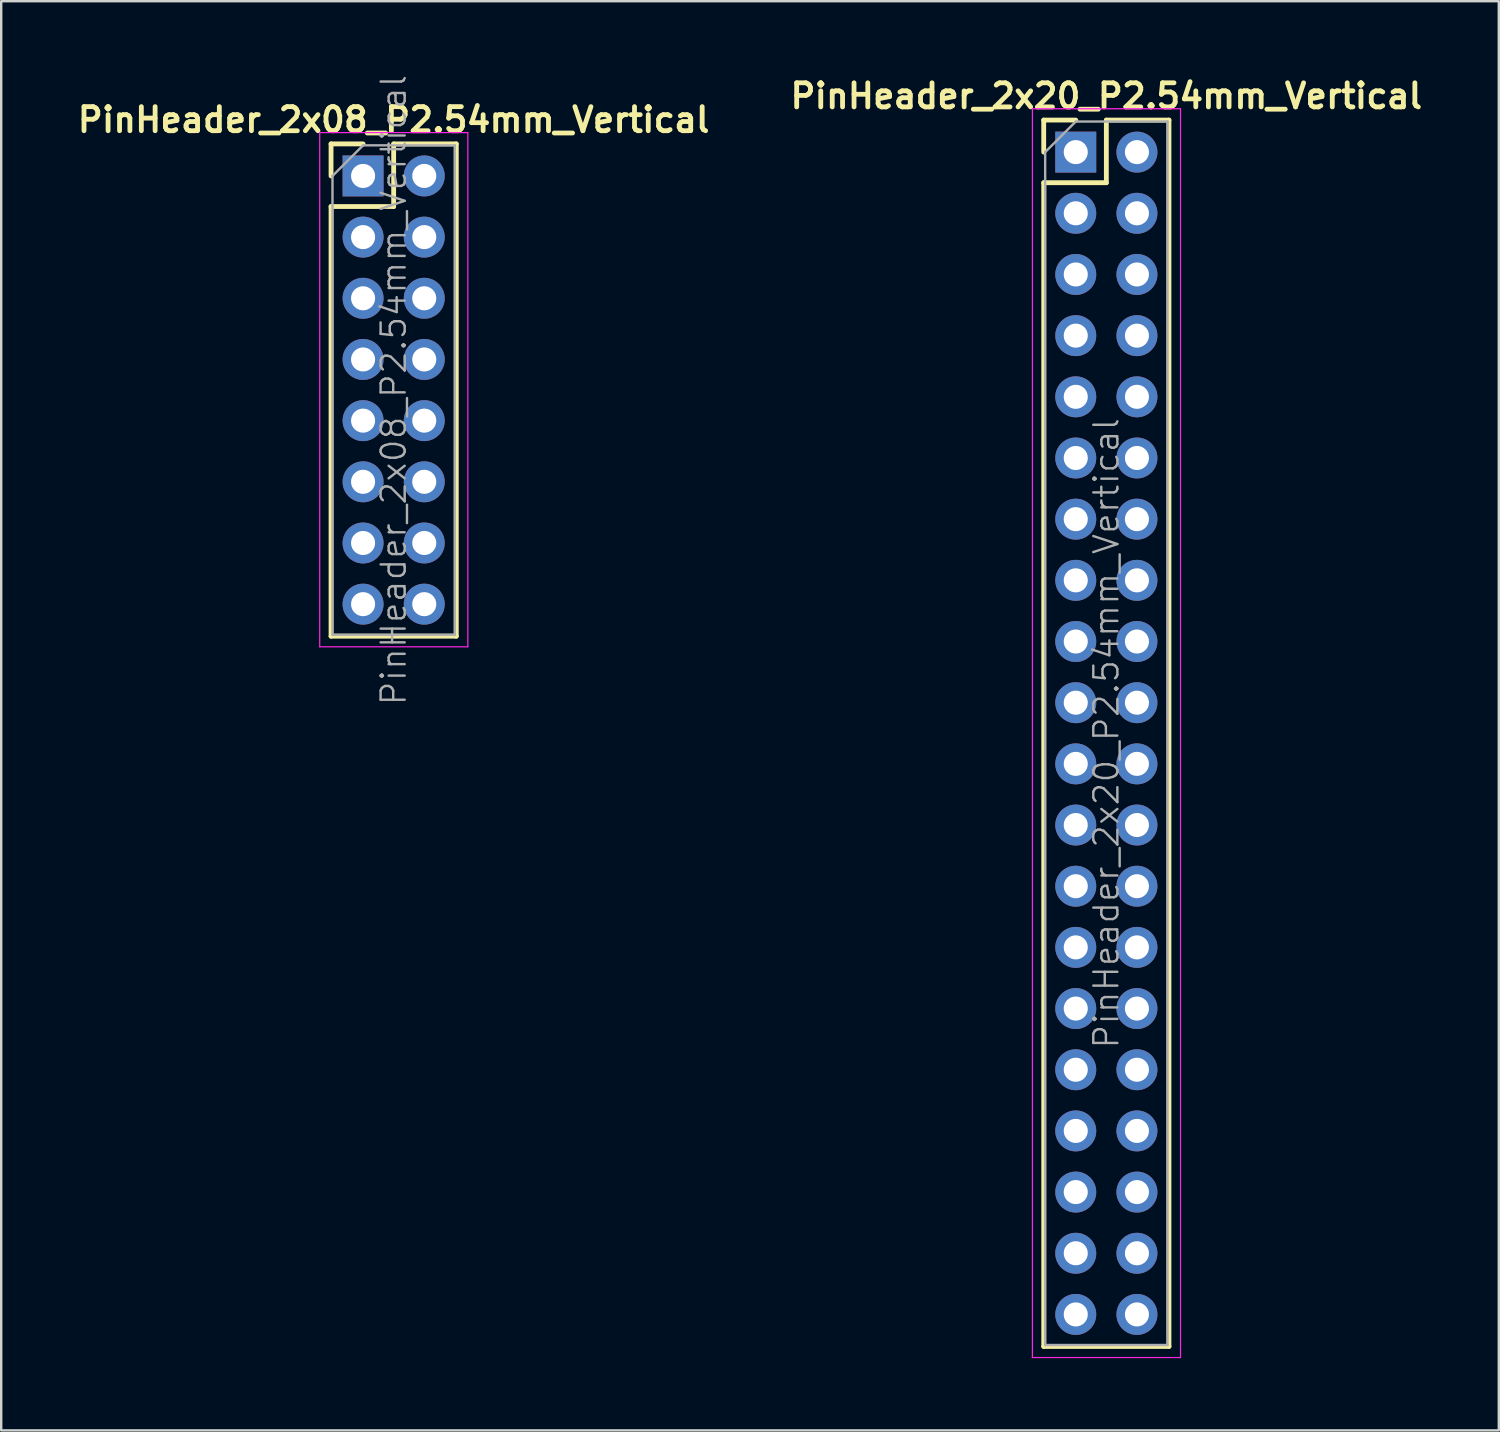
<source format=kicad_pcb>
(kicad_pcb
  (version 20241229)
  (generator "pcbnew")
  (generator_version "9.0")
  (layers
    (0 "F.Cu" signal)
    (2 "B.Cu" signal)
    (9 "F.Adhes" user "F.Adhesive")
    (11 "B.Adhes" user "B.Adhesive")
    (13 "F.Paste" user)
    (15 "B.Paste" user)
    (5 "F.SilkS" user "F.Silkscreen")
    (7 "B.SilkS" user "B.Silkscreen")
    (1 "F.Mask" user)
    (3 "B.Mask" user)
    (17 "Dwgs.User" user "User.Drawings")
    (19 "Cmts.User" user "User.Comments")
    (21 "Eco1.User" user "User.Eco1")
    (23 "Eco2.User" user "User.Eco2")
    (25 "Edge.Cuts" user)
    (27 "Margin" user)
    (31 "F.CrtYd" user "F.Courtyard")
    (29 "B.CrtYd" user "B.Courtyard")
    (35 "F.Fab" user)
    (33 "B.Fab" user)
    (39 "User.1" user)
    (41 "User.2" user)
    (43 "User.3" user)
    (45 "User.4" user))
  (footprint "PinHeader_2x08_P2.54mm_Vertical"
    (layer "F.Cu")
    (at 12.025 4.255)
    (property "Reference" "PinHeader_2x08_P2.54mm_Vertical" (at 1.27 -2.33 0) (layer "F.SilkS") (effects (font (size 1 1) (thickness 0.2))))
    (attr through_hole)
    (fp_line (start -1.33 -1.33) (end 0 -1.33) (stroke (width 0.2) (type solid)) (layer "F.SilkS"))
    (fp_line (start -1.33 0) (end -1.33 -1.33) (stroke (width 0.2) (type solid)) (layer "F.SilkS"))
    (fp_line (start -1.33 1.27) (end -1.33 19.11) (stroke (width 0.2) (type solid)) (layer "F.SilkS"))
    (fp_line (start -1.33 1.27) (end 1.27 1.27) (stroke (width 0.2) (type solid)) (layer "F.SilkS"))
    (fp_line (start -1.33 19.11) (end 3.87 19.11) (stroke (width 0.2) (type solid)) (layer "F.SilkS"))
    (fp_line (start 1.27 -1.33) (end 3.87 -1.33) (stroke (width 0.2) (type solid)) (layer "F.SilkS"))
    (fp_line (start 1.27 1.27) (end 1.27 -1.33) (stroke (width 0.2) (type solid)) (layer "F.SilkS"))
    (fp_line (start 3.87 -1.33) (end 3.87 19.11) (stroke (width 0.2) (type solid)) (layer "F.SilkS"))
    (fp_line (start -1.8 -1.8) (end -1.8 19.55) (stroke (width 0.05) (type solid)) (layer "F.CrtYd"))
    (fp_line (start -1.8 19.55) (end 4.35 19.55) (stroke (width 0.05) (type solid)) (layer "F.CrtYd"))
    (fp_line (start 4.35 -1.8) (end -1.8 -1.8) (stroke (width 0.05) (type solid)) (layer "F.CrtYd"))
    (fp_line (start 4.35 19.55) (end 4.35 -1.8) (stroke (width 0.05) (type solid)) (layer "F.CrtYd"))
    (fp_line (start -1.27 0) (end 0 -1.27) (stroke (width 0.1) (type solid)) (layer "F.Fab"))
    (fp_line (start -1.27 19.05) (end -1.27 0) (stroke (width 0.1) (type solid)) (layer "F.Fab"))
    (fp_line (start 0 -1.27) (end 3.81 -1.27) (stroke (width 0.1) (type solid)) (layer "F.Fab"))
    (fp_line (start 3.81 -1.27) (end 3.81 19.05) (stroke (width 0.1) (type solid)) (layer "F.Fab"))
    (fp_line (start 3.81 19.05) (end -1.27 19.05) (stroke (width 0.1) (type solid)) (layer "F.Fab"))
    (fp_text user "${REFERENCE}" (at 1.27 8.89 90) (layer "F.Fab") (effects (font (size 1 1) (thickness 0.1))))
    (pad "1" thru_hole rect (at 0 0) (size 1.7 1.7) (drill 1) (layers "*.Cu" "*.Mask"))
    (pad "2" thru_hole oval (at 2.54 0) (size 1.7 1.7) (drill 1) (layers "*.Cu" "*.Mask"))
    (pad "3" thru_hole oval (at 0 2.54) (size 1.7 1.7) (drill 1) (layers "*.Cu" "*.Mask"))
    (pad "4" thru_hole oval (at 2.54 2.54) (size 1.7 1.7) (drill 1) (layers "*.Cu" "*.Mask"))
    (pad "5" thru_hole oval (at 0 5.08) (size 1.7 1.7) (drill 1) (layers "*.Cu" "*.Mask"))
    (pad "6" thru_hole oval (at 2.54 5.08) (size 1.7 1.7) (drill 1) (layers "*.Cu" "*.Mask"))
    (pad "7" thru_hole oval (at 0 7.62) (size 1.7 1.7) (drill 1) (layers "*.Cu" "*.Mask"))
    (pad "8" thru_hole oval (at 2.54 7.62) (size 1.7 1.7) (drill 1) (layers "*.Cu" "*.Mask"))
    (pad "9" thru_hole oval (at 0 10.16) (size 1.7 1.7) (drill 1) (layers "*.Cu" "*.Mask"))
    (pad "10" thru_hole oval (at 2.54 10.16) (size 1.7 1.7) (drill 1) (layers "*.Cu" "*.Mask"))
    (pad "11" thru_hole oval (at 0 12.7) (size 1.7 1.7) (drill 1) (layers "*.Cu" "*.Mask"))
    (pad "12" thru_hole oval (at 2.54 12.7) (size 1.7 1.7) (drill 1) (layers "*.Cu" "*.Mask"))
    (pad "13" thru_hole oval (at 0 15.24) (size 1.7 1.7) (drill 1) (layers "*.Cu" "*.Mask"))
    (pad "14" thru_hole oval (at 2.54 15.24) (size 1.7 1.7) (drill 1) (layers "*.Cu" "*.Mask"))
    (pad "15" thru_hole oval (at 0 17.78) (size 1.7 1.7) (drill 1) (layers "*.Cu" "*.Mask"))
    (pad "16" thru_hole oval (at 2.54 17.78) (size 1.7 1.7) (drill 1) (layers "*.Cu" "*.Mask")))
  (footprint "PinHeader_2x20_P2.54mm_Vertical"
    (layer "F.Cu")
    (at 41.616 3.266)
    (property "Reference" "PinHeader_2x20_P2.54mm_Vertical" (at 1.27 -2.33 0) (layer "F.SilkS") (effects (font (size 1 1) (thickness 0.2))))
    (attr through_hole)
    (fp_line (start -1.33 -1.33) (end 0 -1.33) (stroke (width 0.2) (type solid)) (layer "F.SilkS"))
    (fp_line (start -1.33 0) (end -1.33 -1.33) (stroke (width 0.2) (type solid)) (layer "F.SilkS"))
    (fp_line (start -1.33 1.27) (end -1.33 49.59) (stroke (width 0.2) (type solid)) (layer "F.SilkS"))
    (fp_line (start -1.33 1.27) (end 1.27 1.27) (stroke (width 0.2) (type solid)) (layer "F.SilkS"))
    (fp_line (start -1.33 49.59) (end 3.87 49.59) (stroke (width 0.2) (type solid)) (layer "F.SilkS"))
    (fp_line (start 1.27 -1.33) (end 3.87 -1.33) (stroke (width 0.2) (type solid)) (layer "F.SilkS"))
    (fp_line (start 1.27 1.27) (end 1.27 -1.33) (stroke (width 0.2) (type solid)) (layer "F.SilkS"))
    (fp_line (start 3.87 -1.33) (end 3.87 49.59) (stroke (width 0.2) (type solid)) (layer "F.SilkS"))
    (fp_line (start -1.8 -1.8) (end -1.8 50.05) (stroke (width 0.05) (type solid)) (layer "F.CrtYd"))
    (fp_line (start -1.8 50.05) (end 4.35 50.05) (stroke (width 0.05) (type solid)) (layer "F.CrtYd"))
    (fp_line (start 4.35 -1.8) (end -1.8 -1.8) (stroke (width 0.05) (type solid)) (layer "F.CrtYd"))
    (fp_line (start 4.35 50.05) (end 4.35 -1.8) (stroke (width 0.05) (type solid)) (layer "F.CrtYd"))
    (fp_line (start -1.27 0) (end 0 -1.27) (stroke (width 0.1) (type solid)) (layer "F.Fab"))
    (fp_line (start -1.27 49.53) (end -1.27 0) (stroke (width 0.1) (type solid)) (layer "F.Fab"))
    (fp_line (start 0 -1.27) (end 3.81 -1.27) (stroke (width 0.1) (type solid)) (layer "F.Fab"))
    (fp_line (start 3.81 -1.27) (end 3.81 49.53) (stroke (width 0.1) (type solid)) (layer "F.Fab"))
    (fp_line (start 3.81 49.53) (end -1.27 49.53) (stroke (width 0.1) (type solid)) (layer "F.Fab"))
    (fp_text user "${REFERENCE}" (at 1.27 24.13 90) (layer "F.Fab") (effects (font (size 1 1) (thickness 0.1))))
    (pad "1" thru_hole rect (at 0 0) (size 1.7 1.7) (drill 1) (layers "*.Cu" "*.Mask"))
    (pad "2" thru_hole oval (at 2.54 0) (size 1.7 1.7) (drill 1) (layers "*.Cu" "*.Mask"))
    (pad "3" thru_hole oval (at 0 2.54) (size 1.7 1.7) (drill 1) (layers "*.Cu" "*.Mask"))
    (pad "4" thru_hole oval (at 2.54 2.54) (size 1.7 1.7) (drill 1) (layers "*.Cu" "*.Mask"))
    (pad "5" thru_hole oval (at 0 5.08) (size 1.7 1.7) (drill 1) (layers "*.Cu" "*.Mask"))
    (pad "6" thru_hole oval (at 2.54 5.08) (size 1.7 1.7) (drill 1) (layers "*.Cu" "*.Mask"))
    (pad "7" thru_hole oval (at 0 7.62) (size 1.7 1.7) (drill 1) (layers "*.Cu" "*.Mask"))
    (pad "8" thru_hole oval (at 2.54 7.62) (size 1.7 1.7) (drill 1) (layers "*.Cu" "*.Mask"))
    (pad "9" thru_hole oval (at 0 10.16) (size 1.7 1.7) (drill 1) (layers "*.Cu" "*.Mask"))
    (pad "10" thru_hole oval (at 2.54 10.16) (size 1.7 1.7) (drill 1) (layers "*.Cu" "*.Mask"))
    (pad "11" thru_hole oval (at 0 12.7) (size 1.7 1.7) (drill 1) (layers "*.Cu" "*.Mask"))
    (pad "12" thru_hole oval (at 2.54 12.7) (size 1.7 1.7) (drill 1) (layers "*.Cu" "*.Mask"))
    (pad "13" thru_hole oval (at 0 15.24) (size 1.7 1.7) (drill 1) (layers "*.Cu" "*.Mask"))
    (pad "14" thru_hole oval (at 2.54 15.24) (size 1.7 1.7) (drill 1) (layers "*.Cu" "*.Mask"))
    (pad "15" thru_hole oval (at 0 17.78) (size 1.7 1.7) (drill 1) (layers "*.Cu" "*.Mask"))
    (pad "16" thru_hole oval (at 2.54 17.78) (size 1.7 1.7) (drill 1) (layers "*.Cu" "*.Mask"))
    (pad "17" thru_hole oval (at 0 20.32) (size 1.7 1.7) (drill 1) (layers "*.Cu" "*.Mask"))
    (pad "18" thru_hole oval (at 2.54 20.32) (size 1.7 1.7) (drill 1) (layers "*.Cu" "*.Mask"))
    (pad "19" thru_hole oval (at 0 22.86) (size 1.7 1.7) (drill 1) (layers "*.Cu" "*.Mask"))
    (pad "20" thru_hole oval (at 2.54 22.86) (size 1.7 1.7) (drill 1) (layers "*.Cu" "*.Mask"))
    (pad "21" thru_hole oval (at 0 25.4) (size 1.7 1.7) (drill 1) (layers "*.Cu" "*.Mask"))
    (pad "22" thru_hole oval (at 2.54 25.4) (size 1.7 1.7) (drill 1) (layers "*.Cu" "*.Mask"))
    (pad "23" thru_hole oval (at 0 27.94) (size 1.7 1.7) (drill 1) (layers "*.Cu" "*.Mask"))
    (pad "24" thru_hole oval (at 2.54 27.94) (size 1.7 1.7) (drill 1) (layers "*.Cu" "*.Mask"))
    (pad "25" thru_hole oval (at 0 30.48) (size 1.7 1.7) (drill 1) (layers "*.Cu" "*.Mask"))
    (pad "26" thru_hole oval (at 2.54 30.48) (size 1.7 1.7) (drill 1) (layers "*.Cu" "*.Mask"))
    (pad "27" thru_hole oval (at 0 33.02) (size 1.7 1.7) (drill 1) (layers "*.Cu" "*.Mask"))
    (pad "28" thru_hole oval (at 2.54 33.02) (size 1.7 1.7) (drill 1) (layers "*.Cu" "*.Mask"))
    (pad "29" thru_hole oval (at 0 35.56) (size 1.7 1.7) (drill 1) (layers "*.Cu" "*.Mask"))
    (pad "30" thru_hole oval (at 2.54 35.56) (size 1.7 1.7) (drill 1) (layers "*.Cu" "*.Mask"))
    (pad "31" thru_hole oval (at 0 38.1) (size 1.7 1.7) (drill 1) (layers "*.Cu" "*.Mask"))
    (pad "32" thru_hole oval (at 2.54 38.1) (size 1.7 1.7) (drill 1) (layers "*.Cu" "*.Mask"))
    (pad "33" thru_hole oval (at 0 40.64) (size 1.7 1.7) (drill 1) (layers "*.Cu" "*.Mask"))
    (pad "34" thru_hole oval (at 2.54 40.64) (size 1.7 1.7) (drill 1) (layers "*.Cu" "*.Mask"))
    (pad "35" thru_hole oval (at 0 43.18) (size 1.7 1.7) (drill 1) (layers "*.Cu" "*.Mask"))
    (pad "36" thru_hole oval (at 2.54 43.18) (size 1.7 1.7) (drill 1) (layers "*.Cu" "*.Mask"))
    (pad "37" thru_hole oval (at 0 45.72) (size 1.7 1.7) (drill 1) (layers "*.Cu" "*.Mask"))
    (pad "38" thru_hole oval (at 2.54 45.72) (size 1.7 1.7) (drill 1) (layers "*.Cu" "*.Mask"))
    (pad "39" thru_hole oval (at 0 48.26) (size 1.7 1.7) (drill 1) (layers "*.Cu" "*.Mask"))
    (pad "40" thru_hole oval (at 2.54 48.26) (size 1.7 1.7) (drill 1) (layers "*.Cu" "*.Mask")))
  (gr_rect
    (start -3 -3)
    (end 59.181 56.341)
    (stroke (width 0.1) (type default))
    (fill no)
    (layer "Edge.Cuts")))
</source>
